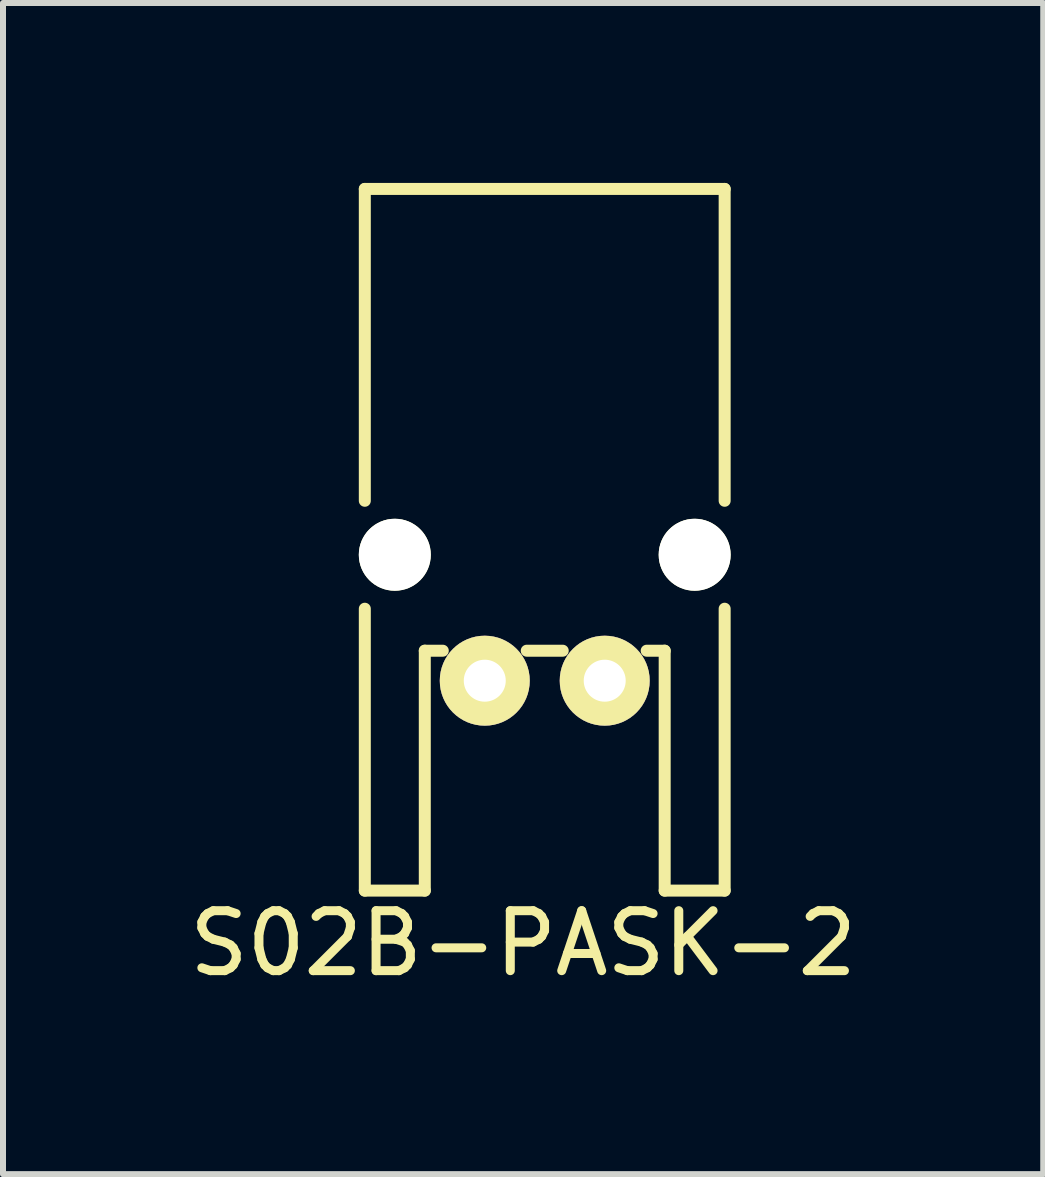
<source format=kicad_pcb>
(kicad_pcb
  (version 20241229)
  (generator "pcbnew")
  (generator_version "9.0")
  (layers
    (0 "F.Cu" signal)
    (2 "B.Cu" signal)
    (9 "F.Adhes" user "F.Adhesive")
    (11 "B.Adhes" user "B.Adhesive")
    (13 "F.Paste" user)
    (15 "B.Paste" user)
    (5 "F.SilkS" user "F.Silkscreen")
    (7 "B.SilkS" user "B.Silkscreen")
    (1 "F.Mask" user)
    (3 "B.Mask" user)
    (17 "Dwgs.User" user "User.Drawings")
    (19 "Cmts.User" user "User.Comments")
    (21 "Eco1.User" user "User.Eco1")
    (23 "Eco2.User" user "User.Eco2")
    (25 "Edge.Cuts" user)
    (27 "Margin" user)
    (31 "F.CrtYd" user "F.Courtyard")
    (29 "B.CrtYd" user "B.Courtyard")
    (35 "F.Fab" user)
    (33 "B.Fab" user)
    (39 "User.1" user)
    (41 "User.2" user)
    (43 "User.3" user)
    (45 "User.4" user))
  (footprint "S02B-PASK-2"
    (layer "F.Cu")
    (at 5.033 8.3)
    (property "Reference" "S02B-PASK-2" (at 0.64 4.38 0) (layer "F.SilkS") (effects (font (size 1 1) (thickness 0.15))))
    (attr through_hole)
    (fp_line (start -2 -8.2) (end -2 -3) (stroke (width 0.2) (type solid)) (layer "F.SilkS"))
    (fp_line (start -2 -1.2) (end -2 3.5) (stroke (width 0.2) (type solid)) (layer "F.SilkS"))
    (fp_line (start -2 3.5) (end -1 3.5) (stroke (width 0.2) (type solid)) (layer "F.SilkS"))
    (fp_line (start -1 -0.5) (end -0.7 -0.5) (stroke (width 0.2) (type solid)) (layer "F.SilkS"))
    (fp_line (start -1 3.5) (end -1 -0.5) (stroke (width 0.2) (type solid)) (layer "F.SilkS"))
    (fp_line (start 0.7 -0.5) (end 1.3 -0.5) (stroke (width 0.2) (type solid)) (layer "F.SilkS"))
    (fp_line (start 3 -0.5) (end 2.7 -0.5) (stroke (width 0.2) (type solid)) (layer "F.SilkS"))
    (fp_line (start 3 3.5) (end 3 -0.5) (stroke (width 0.2) (type solid)) (layer "F.SilkS"))
    (fp_line (start 4 -8.2) (end -2 -8.2) (stroke (width 0.2) (type solid)) (layer "F.SilkS"))
    (fp_line (start 4 -3) (end 4 -8.2) (stroke (width 0.2) (type solid)) (layer "F.SilkS"))
    (fp_line (start 4 3.5) (end 3 3.5) (stroke (width 0.2) (type solid)) (layer "F.SilkS"))
    (fp_line (start 4 3.5) (end 4 -1.2) (stroke (width 0.2) (type solid)) (layer "F.SilkS"))
    (pad "" np_thru_hole circle (at -1.5 -2.1) (size 1.2 1.2) (drill 1.2) (layers "*.Cu" "*.Mask" "F.SilkS"))
    (pad "" np_thru_hole circle (at 3.5 -2.1) (size 1.2 1.2) (drill 1.2) (layers "*.Cu" "*.Mask" "F.SilkS"))
    (pad "1" thru_hole circle (at 0 0) (size 1.5 1.5) (drill 0.7) (layers "*.Cu" "*.Mask" "F.SilkS"))
    (pad "2" thru_hole circle (at 2 0) (size 1.5 1.5) (drill 0.7) (layers "*.Cu" "*.Mask" "F.SilkS")))
  (gr_rect
    (start -3 -3)
    (end 14.345 16.528)
    (stroke (width 0.1) (type default))
    (fill no)
    (layer "Edge.Cuts")))
</source>
